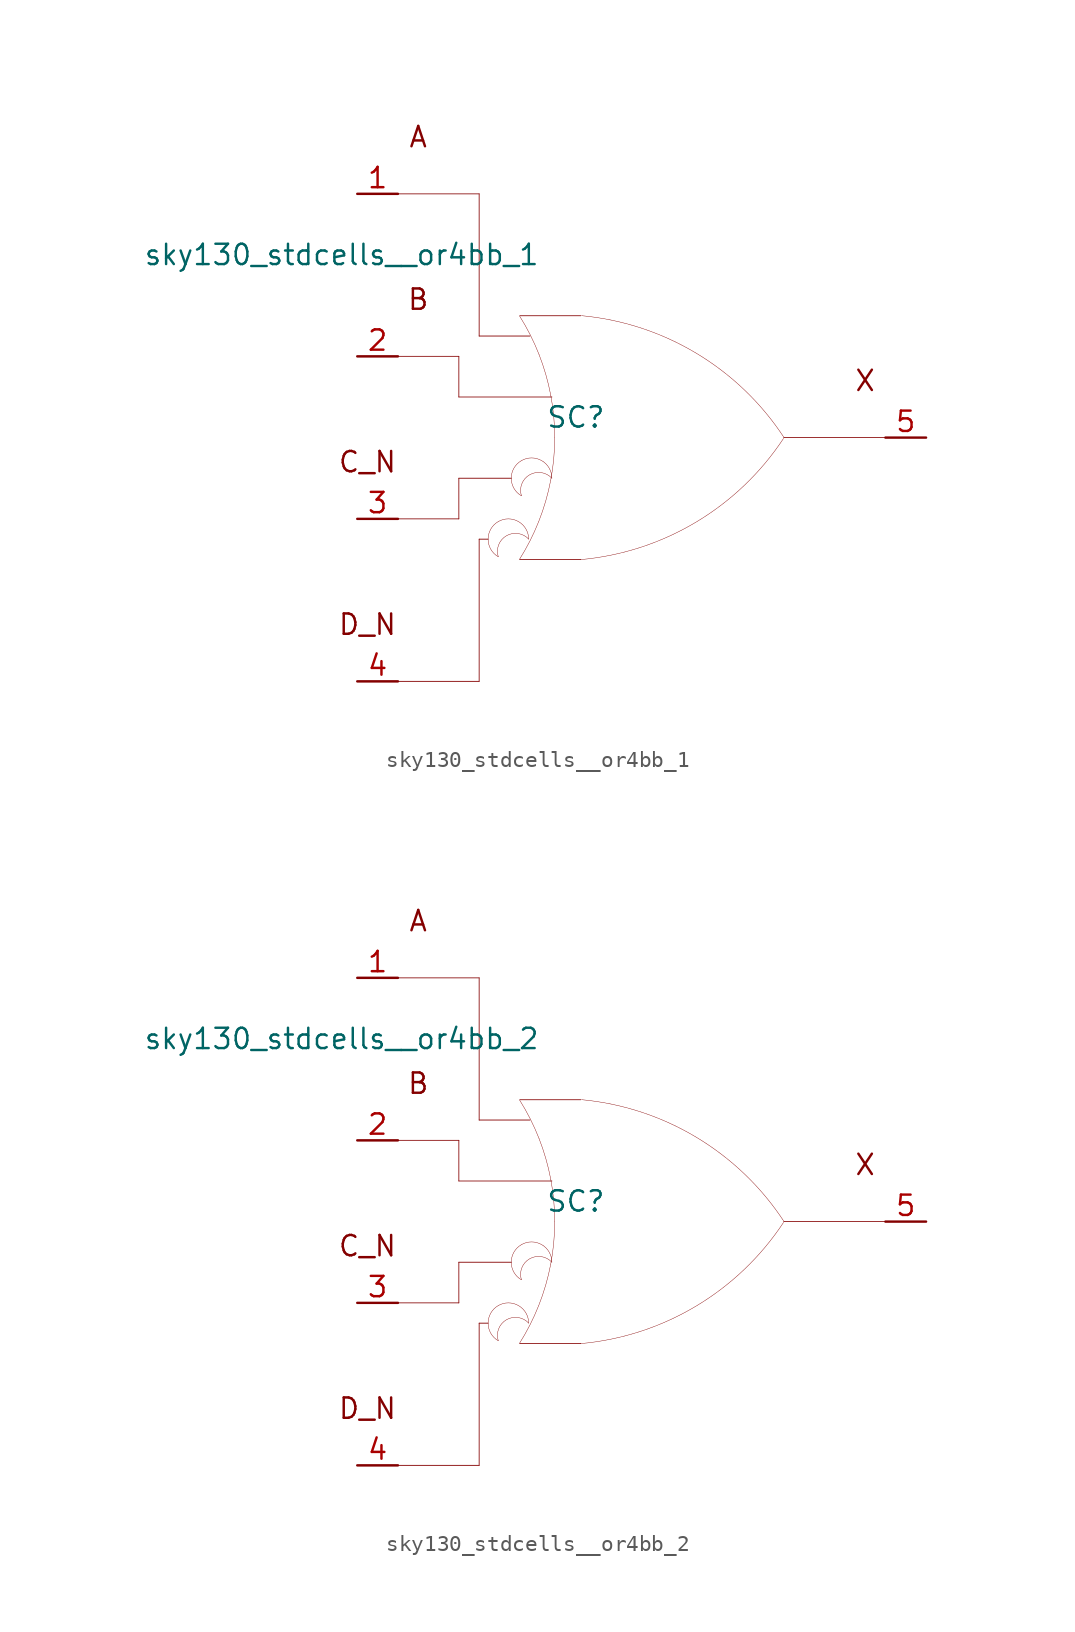
<source format=kicad_sym>
(kicad_symbol_lib
  (version 20211014)
  (generator kicad_symbol_editor)
  (symbol "sky130_stdcells__or4bb_1"
    (pin_names hide)
    (property "Reference" "SC"
      (at -4.115 1.27 0)
      (effects (font (size 1.27 1.27))))
    (property "Value" "sky130_stdcells__or4bb_1"
      (at -6.35 11.43 0)
      (effects (font (size 1.27 1.27)) (justify right)))
    (symbol "sky130_stdcells__or4bb_1_0_0"
      (arc (start -8.9662 -5.2501) (mid -9.6012 -6.35) (end -8.9662 -7.4499) (stroke (width 0.0254) (type default) (color 0 0 0 0)) (fill (type none)))
      (arc (start -7.6405 -7.6142) (mid -6.983 -6.458) (end -6.4362 -5.2456) (stroke (width 0.0254) (type default) (color 0 0 0 0)) (fill (type none)))
      (arc (start -7.5184 -1.4401) (mid -8.1534 -2.54) (end -7.5184 -3.6399) (stroke (width 0.0254) (type default) (color 0 0 0 0)) (fill (type none)))
      (arc (start -7.0612 -6.35) (mid -8.9181 -5.8757) (end -8.9662 -7.4499) (stroke (width 0.0254) (type default) (color 0 0 0 0)) (fill (type none)))
      (arc (start -7.0612 -6.35) (mid -7.6962 -5.2502) (end -8.9662 -5.2501) (stroke (width 0.0254) (type default) (color 0 0 0 0)) (fill (type none)))
      (arc (start -6.4362 -5.2456) (mid -6.0013 -3.9755) (end -5.688 -2.6701) (stroke (width 0.0254) (type default) (color 0 0 0 0)) (fill (type none)))
      (arc (start -6.418 5.1993) (mid -6.9662 6.4248) (end -7.6273 7.5932) (stroke (width 0.0254) (type default) (color 0 0 0 0)) (fill (type none)))
      (arc (start -5.688 -2.6701) (mid -5.4988 -1.341) (end -5.4356 0) (stroke (width 0.0254) (type default) (color 0 0 0 0)) (fill (type none)))
      (arc (start -5.6834 2.6456) (mid -5.9911 3.9396) (end -6.418 5.1993) (stroke (width 0.0254) (type default) (color 0 0 0 0)) (fill (type none)))
      (arc (start -5.6134 -2.54) (mid -7.4703 -2.0657) (end -7.5184 -3.6399) (stroke (width 0.0254) (type default) (color 0 0 0 0)) (fill (type none)))
      (arc (start -5.6134 -2.54) (mid -6.2484 -1.4402) (end -7.5184 -1.4401) (stroke (width 0.0254) (type default) (color 0 0 0 0)) (fill (type none)))
      (arc (start -5.4356 0) (mid -5.4977 1.3286) (end -5.6834 2.6456) (stroke (width 0.0254) (type default) (color 0 0 0 0)) (fill (type none)))
      (arc (start -3.8212 -7.6288) (mid 3.3927 -5.2884) (end 8.8734 -0.0463) (stroke (width 0.0254) (type default) (color 0 0 0 0)) (fill (type none)))
      (polyline (pts (xy -15.24 -15.24) (xy -10.16 -15.24)) (stroke (width 0.051) (type default) (color 0 0 0 0)) (fill (type none)))
      (polyline (pts (xy -15.24 -5.08) (xy -11.43 -5.08)) (stroke (width 0.051) (type default) (color 0 0 0 0)) (fill (type none)))
      (polyline (pts (xy -15.24 5.08) (xy -11.43 5.08)) (stroke (width 0.051) (type default) (color 0 0 0 0)) (fill (type none)))
      (polyline (pts (xy -15.24 15.24) (xy -10.16 15.24)) (stroke (width 0.051) (type default) (color 0 0 0 0)) (fill (type none)))
      (polyline (pts (xy -11.43 -2.54) (xy -11.43 -5.08)) (stroke (width 0.051) (type default) (color 0 0 0 0)) (fill (type none)))
      (polyline (pts (xy -11.43 -2.54) (xy -8.153 -2.54)) (stroke (width 0.051) (type default) (color 0 0 0 0)) (fill (type none)))
      (polyline (pts (xy -11.43 2.54) (xy -5.613 2.54)) (stroke (width 0.051) (type default) (color 0 0 0 0)) (fill (type none)))
      (polyline (pts (xy -11.43 5.08) (xy -11.43 2.54)) (stroke (width 0.051) (type default) (color 0 0 0 0)) (fill (type none)))
      (polyline (pts (xy -10.16 -6.35) (xy -10.16 -15.24)) (stroke (width 0.051) (type default) (color 0 0 0 0)) (fill (type none)))
      (polyline (pts (xy -10.16 -6.35) (xy -9.601 -6.35)) (stroke (width 0.051) (type default) (color 0 0 0 0)) (fill (type none)))
      (polyline (pts (xy -10.16 6.35) (xy -6.985 6.35)) (stroke (width 0.051) (type default) (color 0 0 0 0)) (fill (type none)))
      (polyline (pts (xy -10.16 15.24) (xy -10.16 6.35)) (stroke (width 0.051) (type default) (color 0 0 0 0)) (fill (type none)))
      (polyline (pts (xy -7.62 -7.62) (xy -3.81 -7.62)) (stroke (width 0.051) (type default) (color 0 0 0 0)) (fill (type none)))
      (polyline (pts (xy -7.62 7.62) (xy -3.81 7.62)) (stroke (width 0.051) (type default) (color 0 0 0 0)) (fill (type none)))
      (polyline (pts (xy 8.89 0) (xy 15.24 0)) (stroke (width 0.051) (type default) (color 0 0 0 0)) (fill (type none)))
      (arc (start 8.9061 -0.0034) (mid 3.4437 5.2578) (end -3.762 7.6234) (stroke (width 0.0254) (type default) (color 0 0 0 0)) (fill (type none)))
      (text "A" (at -13.97 18.796 0) (effects (font (size 1.27 1.27))))
      (text "B" (at -13.97 8.636 0) (effects (font (size 1.27 1.27))))
      (text "C_N" (at -17.145 -1.524 0) (effects (font (size 1.27 1.27))))
      (text "D_N" (at -17.145 -11.684 0) (effects (font (size 1.27 1.27))))
      (text "X" (at 13.97 3.556 0) (effects (font (size 1.27 1.27)))))
    (symbol "sky130_stdcells__or4bb_1_1_1"
      (pin input line (at -17.78 15.24 0) (length 2.54) (name "A" (effects (font (size 1.092 1.092)))) (number "1" (effects (font (size 1.27 1.27)))))
      (pin input line (at -17.78 5.08 0) (length 2.54) (name "B" (effects (font (size 1.092 1.092)))) (number "2" (effects (font (size 1.27 1.27)))))
      (pin input line (at -17.78 -5.08 0) (length 2.54) (name "C_N" (effects (font (size 1.092 1.092)))) (number "3" (effects (font (size 1.27 1.27)))))
      (pin input line (at -17.78 -15.24 0) (length 2.54) (name "D_N" (effects (font (size 1.092 1.092)))) (number "4" (effects (font (size 1.27 1.27)))))
      (pin output line (at 17.78 0 180) (length 2.54) (name "X" (effects (font (size 1.092 1.092)))) (number "5" (effects (font (size 1.27 1.27)))))))
  (symbol "sky130_stdcells__or4bb_2"
    (pin_names hide)
    (property "Reference" "SC"
      (at -4.115 1.27 0)
      (effects (font (size 1.27 1.27))))
    (property "Value" "sky130_stdcells__or4bb_2"
      (at -6.35 11.43 0)
      (effects (font (size 1.27 1.27)) (justify right)))
    (symbol "sky130_stdcells__or4bb_2_0_0"
      (arc (start -8.9662 -5.2501) (mid -9.6012 -6.35) (end -8.9662 -7.4499) (stroke (width 0.0254) (type default) (color 0 0 0 0)) (fill (type none)))
      (arc (start -7.6405 -7.6142) (mid -6.983 -6.458) (end -6.4362 -5.2456) (stroke (width 0.0254) (type default) (color 0 0 0 0)) (fill (type none)))
      (arc (start -7.5184 -1.4401) (mid -8.1534 -2.54) (end -7.5184 -3.6399) (stroke (width 0.0254) (type default) (color 0 0 0 0)) (fill (type none)))
      (arc (start -7.0612 -6.35) (mid -8.9181 -5.8757) (end -8.9662 -7.4499) (stroke (width 0.0254) (type default) (color 0 0 0 0)) (fill (type none)))
      (arc (start -7.0612 -6.35) (mid -7.6962 -5.2502) (end -8.9662 -5.2501) (stroke (width 0.0254) (type default) (color 0 0 0 0)) (fill (type none)))
      (arc (start -6.4362 -5.2456) (mid -6.0013 -3.9755) (end -5.688 -2.6701) (stroke (width 0.0254) (type default) (color 0 0 0 0)) (fill (type none)))
      (arc (start -6.418 5.1993) (mid -6.9662 6.4248) (end -7.6273 7.5932) (stroke (width 0.0254) (type default) (color 0 0 0 0)) (fill (type none)))
      (arc (start -5.688 -2.6701) (mid -5.4988 -1.341) (end -5.4356 0) (stroke (width 0.0254) (type default) (color 0 0 0 0)) (fill (type none)))
      (arc (start -5.6834 2.6456) (mid -5.9911 3.9396) (end -6.418 5.1993) (stroke (width 0.0254) (type default) (color 0 0 0 0)) (fill (type none)))
      (arc (start -5.6134 -2.54) (mid -7.4703 -2.0657) (end -7.5184 -3.6399) (stroke (width 0.0254) (type default) (color 0 0 0 0)) (fill (type none)))
      (arc (start -5.6134 -2.54) (mid -6.2484 -1.4402) (end -7.5184 -1.4401) (stroke (width 0.0254) (type default) (color 0 0 0 0)) (fill (type none)))
      (arc (start -5.4356 0) (mid -5.4977 1.3286) (end -5.6834 2.6456) (stroke (width 0.0254) (type default) (color 0 0 0 0)) (fill (type none)))
      (arc (start -3.8212 -7.6288) (mid 3.3927 -5.2884) (end 8.8734 -0.0463) (stroke (width 0.0254) (type default) (color 0 0 0 0)) (fill (type none)))
      (polyline (pts (xy -15.24 -15.24) (xy -10.16 -15.24)) (stroke (width 0.051) (type default) (color 0 0 0 0)) (fill (type none)))
      (polyline (pts (xy -15.24 -5.08) (xy -11.43 -5.08)) (stroke (width 0.051) (type default) (color 0 0 0 0)) (fill (type none)))
      (polyline (pts (xy -15.24 5.08) (xy -11.43 5.08)) (stroke (width 0.051) (type default) (color 0 0 0 0)) (fill (type none)))
      (polyline (pts (xy -15.24 15.24) (xy -10.16 15.24)) (stroke (width 0.051) (type default) (color 0 0 0 0)) (fill (type none)))
      (polyline (pts (xy -11.43 -2.54) (xy -11.43 -5.08)) (stroke (width 0.051) (type default) (color 0 0 0 0)) (fill (type none)))
      (polyline (pts (xy -11.43 -2.54) (xy -8.153 -2.54)) (stroke (width 0.051) (type default) (color 0 0 0 0)) (fill (type none)))
      (polyline (pts (xy -11.43 2.54) (xy -5.613 2.54)) (stroke (width 0.051) (type default) (color 0 0 0 0)) (fill (type none)))
      (polyline (pts (xy -11.43 5.08) (xy -11.43 2.54)) (stroke (width 0.051) (type default) (color 0 0 0 0)) (fill (type none)))
      (polyline (pts (xy -10.16 -6.35) (xy -10.16 -15.24)) (stroke (width 0.051) (type default) (color 0 0 0 0)) (fill (type none)))
      (polyline (pts (xy -10.16 -6.35) (xy -9.601 -6.35)) (stroke (width 0.051) (type default) (color 0 0 0 0)) (fill (type none)))
      (polyline (pts (xy -10.16 6.35) (xy -6.985 6.35)) (stroke (width 0.051) (type default) (color 0 0 0 0)) (fill (type none)))
      (polyline (pts (xy -10.16 15.24) (xy -10.16 6.35)) (stroke (width 0.051) (type default) (color 0 0 0 0)) (fill (type none)))
      (polyline (pts (xy -7.62 -7.62) (xy -3.81 -7.62)) (stroke (width 0.051) (type default) (color 0 0 0 0)) (fill (type none)))
      (polyline (pts (xy -7.62 7.62) (xy -3.81 7.62)) (stroke (width 0.051) (type default) (color 0 0 0 0)) (fill (type none)))
      (polyline (pts (xy 8.89 0) (xy 15.24 0)) (stroke (width 0.051) (type default) (color 0 0 0 0)) (fill (type none)))
      (arc (start 8.9061 -0.0034) (mid 3.4437 5.2578) (end -3.762 7.6234) (stroke (width 0.0254) (type default) (color 0 0 0 0)) (fill (type none)))
      (text "A" (at -13.97 18.796 0) (effects (font (size 1.27 1.27))))
      (text "B" (at -13.97 8.636 0) (effects (font (size 1.27 1.27))))
      (text "C_N" (at -17.145 -1.524 0) (effects (font (size 1.27 1.27))))
      (text "D_N" (at -17.145 -11.684 0) (effects (font (size 1.27 1.27))))
      (text "X" (at 13.97 3.556 0) (effects (font (size 1.27 1.27)))))
    (symbol "sky130_stdcells__or4bb_2_1_1"
      (pin input line (at -17.78 15.24 0) (length 2.54) (name "A" (effects (font (size 1.092 1.092)))) (number "1" (effects (font (size 1.27 1.27)))))
      (pin input line (at -17.78 5.08 0) (length 2.54) (name "B" (effects (font (size 1.092 1.092)))) (number "2" (effects (font (size 1.27 1.27)))))
      (pin input line (at -17.78 -5.08 0) (length 2.54) (name "C_N" (effects (font (size 1.092 1.092)))) (number "3" (effects (font (size 1.27 1.27)))))
      (pin input line (at -17.78 -15.24 0) (length 2.54) (name "D_N" (effects (font (size 1.092 1.092)))) (number "4" (effects (font (size 1.27 1.27)))))
      (pin output line (at 17.78 0 180) (length 2.54) (name "X" (effects (font (size 1.092 1.092)))) (number "5" (effects (font (size 1.27 1.27))))))))
</source>
